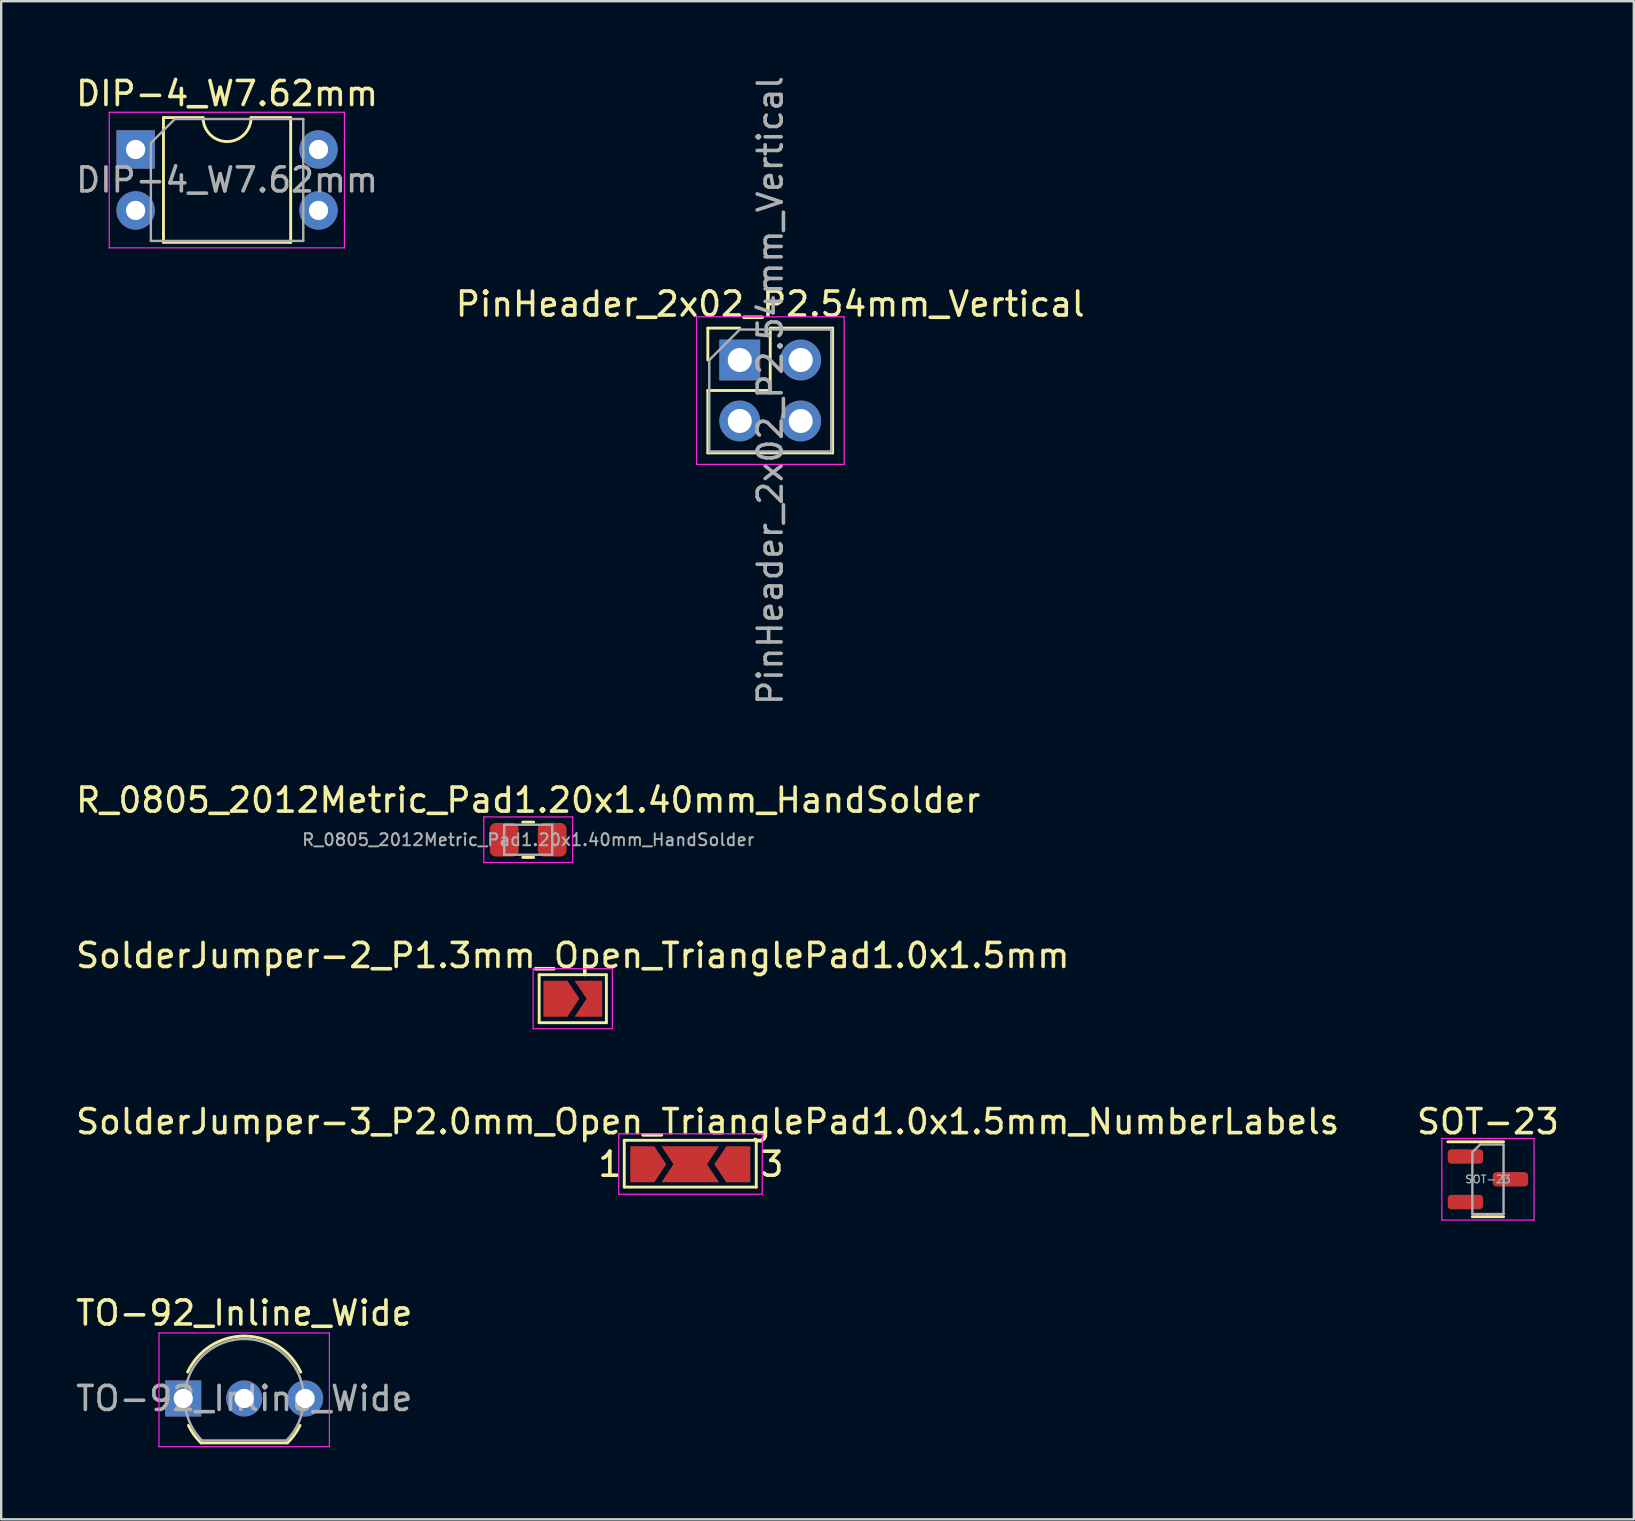
<source format=kicad_pcb>
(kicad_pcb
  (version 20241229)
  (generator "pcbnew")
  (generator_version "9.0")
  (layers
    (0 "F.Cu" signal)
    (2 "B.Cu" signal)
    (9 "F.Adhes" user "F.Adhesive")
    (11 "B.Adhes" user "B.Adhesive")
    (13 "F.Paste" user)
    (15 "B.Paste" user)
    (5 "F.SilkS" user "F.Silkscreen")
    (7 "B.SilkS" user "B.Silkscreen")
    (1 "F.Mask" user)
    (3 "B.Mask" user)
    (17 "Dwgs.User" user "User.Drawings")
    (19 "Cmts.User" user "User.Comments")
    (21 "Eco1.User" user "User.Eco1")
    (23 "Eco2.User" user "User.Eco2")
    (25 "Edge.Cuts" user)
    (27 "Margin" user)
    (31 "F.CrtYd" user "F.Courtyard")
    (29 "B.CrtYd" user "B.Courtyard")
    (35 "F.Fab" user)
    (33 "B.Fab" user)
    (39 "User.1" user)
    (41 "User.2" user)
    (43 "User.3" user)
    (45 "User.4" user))
  (footprint "TO-92_Inline_Wide"
    (layer "F.Cu")
    (at 4.585 55.218)
    (property "Reference" "TO-92_Inline_Wide" (at 2.54 -3.56 0) (layer "F.SilkS") (effects (font (size 1 1) (thickness 0.15))))
    (attr through_hole)
    (fp_line (start 0.74 1.85) (end 4.34 1.85) (stroke (width 0.12) (type solid)) (layer "F.SilkS"))
    (fp_arc (start 0.1836 -1.098807) (mid 1.143021 -2.192817) (end 2.54 -2.6) (stroke (width 0.12) (type solid)) (layer "F.SilkS"))
    (fp_arc (start 0.74 1.85) (mid 0.446097 1.509328) (end 0.215816 1.122795) (stroke (width 0.12) (type solid)) (layer "F.SilkS"))
    (fp_arc (start 2.54 -2.6) (mid 3.936979 -2.192818) (end 4.8964 -1.098807) (stroke (width 0.12) (type solid)) (layer "F.SilkS"))
    (fp_arc (start 4.864184 1.122795) (mid 4.633903 1.509328) (end 4.34 1.85) (stroke (width 0.12) (type solid)) (layer "F.SilkS"))
    (fp_line (start -1.01 -2.73) (end -1.01 2.01) (stroke (width 0.05) (type solid)) (layer "F.CrtYd"))
    (fp_line (start -1.01 -2.73) (end 6.09 -2.73) (stroke (width 0.05) (type solid)) (layer "F.CrtYd"))
    (fp_line (start 6.09 2.01) (end -1.01 2.01) (stroke (width 0.05) (type solid)) (layer "F.CrtYd"))
    (fp_line (start 6.09 2.01) (end 6.09 -2.73) (stroke (width 0.05) (type solid)) (layer "F.CrtYd"))
    (fp_line (start 0.8 1.75) (end 4.3 1.75) (stroke (width 0.1) (type solid)) (layer "F.Fab"))
    (fp_arc (start 0.786375 1.753625) (mid 0.248779 -0.949055) (end 2.54 -2.48) (stroke (width 0.1) (type solid)) (layer "F.Fab"))
    (fp_arc (start 2.54 -2.48) (mid 4.831221 -0.949055) (end 4.293625 1.753625) (stroke (width 0.1) (type solid)) (layer "F.Fab"))
    (fp_text user "${REFERENCE}" (at 2.54 0 0) (layer "F.Fab") (effects (font (size 1 1) (thickness 0.15))))
    (pad "1" thru_hole rect (at 0 0) (size 1.5 1.5) (drill 0.8) (layers "*.Cu" "*.Mask"))
    (pad "2" thru_hole circle (at 2.54 0) (size 1.5 1.5) (drill 0.8) (layers "*.Cu" "*.Mask"))
    (pad "3" thru_hole circle (at 5.08 0) (size 1.5 1.5) (drill 0.8) (layers "*.Cu" "*.Mask")))
  (footprint "R_0805_2012Metric_Pad1.20x1.40mm_HandSolder"
    (layer "F.Cu")
    (at 18.958 31.939)
    (property "Reference" "R_0805_2012Metric_Pad1.20x1.40mm_HandSolder" (at 0 -1.65 0) (layer "F.SilkS") (effects (font (size 1 1) (thickness 0.15))))
    (attr smd)
    (fp_line (start -0.227 -0.735) (end 0.227 -0.735) (stroke (width 0.12) (type solid)) (layer "F.SilkS"))
    (fp_line (start -0.227 0.735) (end 0.227 0.735) (stroke (width 0.12) (type solid)) (layer "F.SilkS"))
    (fp_line (start -1.85 -0.95) (end 1.85 -0.95) (stroke (width 0.05) (type solid)) (layer "F.CrtYd"))
    (fp_line (start -1.85 0.95) (end -1.85 -0.95) (stroke (width 0.05) (type solid)) (layer "F.CrtYd"))
    (fp_line (start 1.85 -0.95) (end 1.85 0.95) (stroke (width 0.05) (type solid)) (layer "F.CrtYd"))
    (fp_line (start 1.85 0.95) (end -1.85 0.95) (stroke (width 0.05) (type solid)) (layer "F.CrtYd"))
    (fp_line (start -1 -0.625) (end 1 -0.625) (stroke (width 0.1) (type solid)) (layer "F.Fab"))
    (fp_line (start -1 0.625) (end -1 -0.625) (stroke (width 0.1) (type solid)) (layer "F.Fab"))
    (fp_line (start 1 -0.625) (end 1 0.625) (stroke (width 0.1) (type solid)) (layer "F.Fab"))
    (fp_line (start 1 0.625) (end -1 0.625) (stroke (width 0.1) (type solid)) (layer "F.Fab"))
    (fp_text user "${REFERENCE}" (at 0 0 0) (layer "F.Fab") (effects (font (size 0.5 0.5) (thickness 0.08))))
    (pad "1" smd roundrect (at -1 0) (size 1.2 1.4) (layers "F.Cu" "F.Mask" "F.Paste") (roundrect_rratio 0.208))
    (pad "2" smd roundrect (at 1 0) (size 1.2 1.4) (layers "F.Cu" "F.Mask" "F.Paste") (roundrect_rratio 0.208)))
  (footprint "SolderJumper-2_P1.3mm_Open_TrianglePad1.0x1.5mm"
    (layer "F.Cu")
    (at 20.815 38.562)
    (property "Reference" "SolderJumper-2_P1.3mm_Open_TrianglePad1.0x1.5mm" (at 0 -1.8 0) (layer "F.SilkS") (effects (font (size 1 1) (thickness 0.15))))
    (attr exclude_from_pos_files exclude_from_bom)
    (fp_line (start -1.4 -1) (end 1.4 -1) (stroke (width 0.12) (type solid)) (layer "F.SilkS"))
    (fp_line (start -1.4 1) (end -1.4 -1) (stroke (width 0.12) (type solid)) (layer "F.SilkS"))
    (fp_line (start 1.4 -1) (end 1.4 1) (stroke (width 0.12) (type solid)) (layer "F.SilkS"))
    (fp_line (start 1.4 1) (end -1.4 1) (stroke (width 0.12) (type solid)) (layer "F.SilkS"))
    (fp_line (start -1.65 -1.25) (end -1.65 1.25) (stroke (width 0.05) (type solid)) (layer "F.CrtYd"))
    (fp_line (start -1.65 -1.25) (end 1.65 -1.25) (stroke (width 0.05) (type solid)) (layer "F.CrtYd"))
    (fp_line (start 1.65 1.25) (end -1.65 1.25) (stroke (width 0.05) (type solid)) (layer "F.CrtYd"))
    (fp_line (start 1.65 1.25) (end 1.65 -1.25) (stroke (width 0.05) (type solid)) (layer "F.CrtYd"))
    (pad "1" smd custom (at -0.725 0) (size 0.3 0.3) (layers "F.Cu" "F.Mask") (options (anchor rect)) (primitives (gr_poly (pts (xy -0.5 -0.75) (xy 0.5 -0.75) (xy 1 0) (xy 0.5 0.75) (xy -0.5 0.75)) (width 0) (fill yes))))
    (pad "2" smd custom (at 0.725 0) (size 0.3 0.3) (layers "F.Cu" "F.Mask") (options (anchor rect)) (primitives (gr_poly (pts (xy -0.65 -0.75) (xy 0.5 -0.75) (xy 0.5 0.75) (xy -0.65 0.75) (xy -0.15 0)) (width 0) (fill yes)))))
  (footprint "SOT-23"
    (layer "F.Cu")
    (at 58.946 46.085)
    (property "Reference" "SOT-23" (at 0 -2.4 0) (layer "F.SilkS") (effects (font (size 1 1) (thickness 0.15))))
    (attr smd)
    (fp_line (start 0 -1.56) (end -1.675 -1.56) (stroke (width 0.12) (type solid)) (layer "F.SilkS"))
    (fp_line (start 0 -1.56) (end 0.65 -1.56) (stroke (width 0.12) (type solid)) (layer "F.SilkS"))
    (fp_line (start 0 1.56) (end -0.65 1.56) (stroke (width 0.12) (type solid)) (layer "F.SilkS"))
    (fp_line (start 0 1.56) (end 0.65 1.56) (stroke (width 0.12) (type solid)) (layer "F.SilkS"))
    (fp_line (start -1.92 -1.7) (end -1.92 1.7) (stroke (width 0.05) (type solid)) (layer "F.CrtYd"))
    (fp_line (start -1.92 1.7) (end 1.92 1.7) (stroke (width 0.05) (type solid)) (layer "F.CrtYd"))
    (fp_line (start 1.92 -1.7) (end -1.92 -1.7) (stroke (width 0.05) (type solid)) (layer "F.CrtYd"))
    (fp_line (start 1.92 1.7) (end 1.92 -1.7) (stroke (width 0.05) (type solid)) (layer "F.CrtYd"))
    (fp_line (start -0.65 -1.125) (end -0.325 -1.45) (stroke (width 0.1) (type solid)) (layer "F.Fab"))
    (fp_line (start -0.65 1.45) (end -0.65 -1.125) (stroke (width 0.1) (type solid)) (layer "F.Fab"))
    (fp_line (start -0.325 -1.45) (end 0.65 -1.45) (stroke (width 0.1) (type solid)) (layer "F.Fab"))
    (fp_line (start 0.65 -1.45) (end 0.65 1.45) (stroke (width 0.1) (type solid)) (layer "F.Fab"))
    (fp_line (start 0.65 1.45) (end -0.65 1.45) (stroke (width 0.1) (type solid)) (layer "F.Fab"))
    (fp_text user "${REFERENCE}" (at 0 0 0) (layer "F.Fab") (effects (font (size 0.32 0.32) (thickness 0.05))))
    (pad "1" smd roundrect (at -0.938 -0.95) (size 1.475 0.6) (layers "F.Cu" "F.Mask" "F.Paste") (roundrect_rratio 0.25))
    (pad "2" smd roundrect (at -0.938 0.95) (size 1.475 0.6) (layers "F.Cu" "F.Mask" "F.Paste") (roundrect_rratio 0.25))
    (pad "3" smd roundrect (at 0.938 0) (size 1.475 0.6) (layers "F.Cu" "F.Mask" "F.Paste") (roundrect_rratio 0.25)))
  (footprint "DIP-4_W7.62mm"
    (layer "F.Cu")
    (at 2.601 3.178)
    (property "Reference" "DIP-4_W7.62mm" (at 3.81 -2.33 0) (layer "F.SilkS") (effects (font (size 1 1) (thickness 0.15))))
    (attr through_hole)
    (fp_line (start 1.16 -1.33) (end 1.16 3.87) (stroke (width 0.12) (type solid)) (layer "F.SilkS"))
    (fp_line (start 1.16 3.87) (end 6.46 3.87) (stroke (width 0.12) (type solid)) (layer "F.SilkS"))
    (fp_line (start 2.81 -1.33) (end 1.16 -1.33) (stroke (width 0.12) (type solid)) (layer "F.SilkS"))
    (fp_line (start 6.46 -1.33) (end 4.81 -1.33) (stroke (width 0.12) (type solid)) (layer "F.SilkS"))
    (fp_line (start 6.46 3.87) (end 6.46 -1.33) (stroke (width 0.12) (type solid)) (layer "F.SilkS"))
    (fp_arc (start 4.81 -1.33) (mid 3.81 -0.33) (end 2.81 -1.33) (stroke (width 0.12) (type solid)) (layer "F.SilkS"))
    (fp_line (start -1.1 -1.55) (end -1.1 4.1) (stroke (width 0.05) (type solid)) (layer "F.CrtYd"))
    (fp_line (start -1.1 4.1) (end 8.7 4.1) (stroke (width 0.05) (type solid)) (layer "F.CrtYd"))
    (fp_line (start 8.7 -1.55) (end -1.1 -1.55) (stroke (width 0.05) (type solid)) (layer "F.CrtYd"))
    (fp_line (start 8.7 4.1) (end 8.7 -1.55) (stroke (width 0.05) (type solid)) (layer "F.CrtYd"))
    (fp_line (start 0.635 -0.27) (end 1.635 -1.27) (stroke (width 0.1) (type solid)) (layer "F.Fab"))
    (fp_line (start 0.635 3.81) (end 0.635 -0.27) (stroke (width 0.1) (type solid)) (layer "F.Fab"))
    (fp_line (start 1.635 -1.27) (end 6.985 -1.27) (stroke (width 0.1) (type solid)) (layer "F.Fab"))
    (fp_line (start 6.985 -1.27) (end 6.985 3.81) (stroke (width 0.1) (type solid)) (layer "F.Fab"))
    (fp_line (start 6.985 3.81) (end 0.635 3.81) (stroke (width 0.1) (type solid)) (layer "F.Fab"))
    (fp_text user "${REFERENCE}" (at 3.81 1.27 0) (layer "F.Fab") (effects (font (size 1 1) (thickness 0.15))))
    (pad "1" thru_hole rect (at 0 0) (size 1.6 1.6) (drill 0.8) (layers "*.Cu" "*.Mask"))
    (pad "2" thru_hole oval (at 0 2.54) (size 1.6 1.6) (drill 0.8) (layers "*.Cu" "*.Mask"))
    (pad "3" thru_hole oval (at 7.62 2.54) (size 1.6 1.6) (drill 0.8) (layers "*.Cu" "*.Mask"))
    (pad "4" thru_hole oval (at 7.62 0) (size 1.6 1.6) (drill 0.8) (layers "*.Cu" "*.Mask")))
  (footprint "PinHeader_2x02_P2.54mm_Vertical"
    (layer "F.Cu")
    (at 27.772 11.95)
    (property "Reference" "PinHeader_2x02_P2.54mm_Vertical" (at 1.27 -2.33 0) (layer "F.SilkS") (effects (font (size 1 1) (thickness 0.15))))
    (attr through_hole)
    (fp_line (start -1.33 -1.33) (end 0 -1.33) (stroke (width 0.12) (type solid)) (layer "F.SilkS"))
    (fp_line (start -1.33 0) (end -1.33 -1.33) (stroke (width 0.12) (type solid)) (layer "F.SilkS"))
    (fp_line (start -1.33 1.27) (end -1.33 3.87) (stroke (width 0.12) (type solid)) (layer "F.SilkS"))
    (fp_line (start -1.33 1.27) (end 1.27 1.27) (stroke (width 0.12) (type solid)) (layer "F.SilkS"))
    (fp_line (start -1.33 3.87) (end 3.87 3.87) (stroke (width 0.12) (type solid)) (layer "F.SilkS"))
    (fp_line (start 1.27 -1.33) (end 3.87 -1.33) (stroke (width 0.12) (type solid)) (layer "F.SilkS"))
    (fp_line (start 1.27 1.27) (end 1.27 -1.33) (stroke (width 0.12) (type solid)) (layer "F.SilkS"))
    (fp_line (start 3.87 -1.33) (end 3.87 3.87) (stroke (width 0.12) (type solid)) (layer "F.SilkS"))
    (fp_line (start -1.8 -1.8) (end -1.8 4.35) (stroke (width 0.05) (type solid)) (layer "F.CrtYd"))
    (fp_line (start -1.8 4.35) (end 4.35 4.35) (stroke (width 0.05) (type solid)) (layer "F.CrtYd"))
    (fp_line (start 4.35 -1.8) (end -1.8 -1.8) (stroke (width 0.05) (type solid)) (layer "F.CrtYd"))
    (fp_line (start 4.35 4.35) (end 4.35 -1.8) (stroke (width 0.05) (type solid)) (layer "F.CrtYd"))
    (fp_line (start -1.27 0) (end 0 -1.27) (stroke (width 0.1) (type solid)) (layer "F.Fab"))
    (fp_line (start -1.27 3.81) (end -1.27 0) (stroke (width 0.1) (type solid)) (layer "F.Fab"))
    (fp_line (start 0 -1.27) (end 3.81 -1.27) (stroke (width 0.1) (type solid)) (layer "F.Fab"))
    (fp_line (start 3.81 -1.27) (end 3.81 3.81) (stroke (width 0.1) (type solid)) (layer "F.Fab"))
    (fp_line (start 3.81 3.81) (end -1.27 3.81) (stroke (width 0.1) (type solid)) (layer "F.Fab"))
    (fp_text user "${REFERENCE}" (at 1.27 1.27 90) (layer "F.Fab") (effects (font (size 1 1) (thickness 0.15))))
    (pad "1" thru_hole rect (at 0 0) (size 1.7 1.7) (drill 1) (layers "*.Cu" "*.Mask"))
    (pad "2" thru_hole oval (at 2.54 0) (size 1.7 1.7) (drill 1) (layers "*.Cu" "*.Mask"))
    (pad "3" thru_hole oval (at 0 2.54) (size 1.7 1.7) (drill 1) (layers "*.Cu" "*.Mask"))
    (pad "4" thru_hole oval (at 2.54 2.54) (size 1.7 1.7) (drill 1) (layers "*.Cu" "*.Mask")))
  (footprint "SolderJumper-3_P2.0mm_Open_TrianglePad1.0x1.5mm_NumberLabels"
    (layer "F.Cu")
    (at 25.71 45.46)
    (property "Reference" "SolderJumper-3_P2.0mm_Open_TrianglePad1.0x1.5mm_NumberLabels" (at 0.725 -1.775 0) (layer "F.SilkS") (effects (font (size 1 1) (thickness 0.15))))
    (attr exclude_from_pos_files exclude_from_bom)
    (fp_line (start -2.75 -1) (end 2.75 -1) (stroke (width 0.12) (type solid)) (layer "F.SilkS"))
    (fp_line (start -2.75 0.95) (end -2.75 -1) (stroke (width 0.12) (type solid)) (layer "F.SilkS"))
    (fp_line (start 2.75 -1) (end 2.75 0.95) (stroke (width 0.12) (type solid)) (layer "F.SilkS"))
    (fp_line (start 2.75 0.95) (end -2.75 0.95) (stroke (width 0.12) (type solid)) (layer "F.SilkS"))
    (fp_line (start -2.98 -1.27) (end -2.98 1.25) (stroke (width 0.05) (type solid)) (layer "F.CrtYd"))
    (fp_line (start -2.98 -1.27) (end 3 -1.27) (stroke (width 0.05) (type solid)) (layer "F.CrtYd"))
    (fp_line (start 3 1.25) (end -2.98 1.25) (stroke (width 0.05) (type solid)) (layer "F.CrtYd"))
    (fp_line (start 3 1.25) (end 3 -1.27) (stroke (width 0.05) (type solid)) (layer "F.CrtYd"))
    (fp_text user "3" (at 3.4 0 0) (layer "F.SilkS") (effects (font (size 1 1) (thickness 0.15))))
    (fp_text user "1" (at -3.35 0 0) (layer "F.SilkS") (effects (font (size 1 1) (thickness 0.15))))
    (pad "" smd rect (at -1.2 0) (size 1.5 1.5) (layers "F.Mask"))
    (pad "" smd rect (at 1.2 0) (size 1.5 1.5) (layers "F.Mask"))
    (pad "1" smd custom (at -2 0) (size 0.3 0.3) (layers "F.Cu" "F.Mask") (options (anchor rect)) (primitives (gr_poly (pts (xy -0.5 -0.75) (xy 0.5 -0.75) (xy 1 0) (xy 0.5 0.75) (xy -0.5 0.75)) (width 0) (fill yes))))
    (pad "2" smd custom (at 0 0) (size 0.3 0.3) (layers "F.Cu") (options (anchor rect)) (primitives (gr_poly (pts (xy -1.2 -0.75) (xy 1.2 -0.75) (xy 0.7 0) (xy 1.2 0.75) (xy -1.2 0.75) (xy -0.7 0)) (width 0) (fill yes))))
    (pad "3" smd custom (at 2 0 180) (size 0.3 0.3) (layers "F.Cu" "F.Mask") (options (anchor rect)) (primitives (gr_poly (pts (xy -0.5 -0.75) (xy 0.5 -0.75) (xy 1 0) (xy 0.5 0.75) (xy -0.5 0.75)) (width 0) (fill yes)))))
  (gr_rect
    (start -3 -3)
    (end 65.024 60.253)
    (stroke (width 0.1) (type default))
    (fill no)
    (layer "Edge.Cuts")))
</source>
